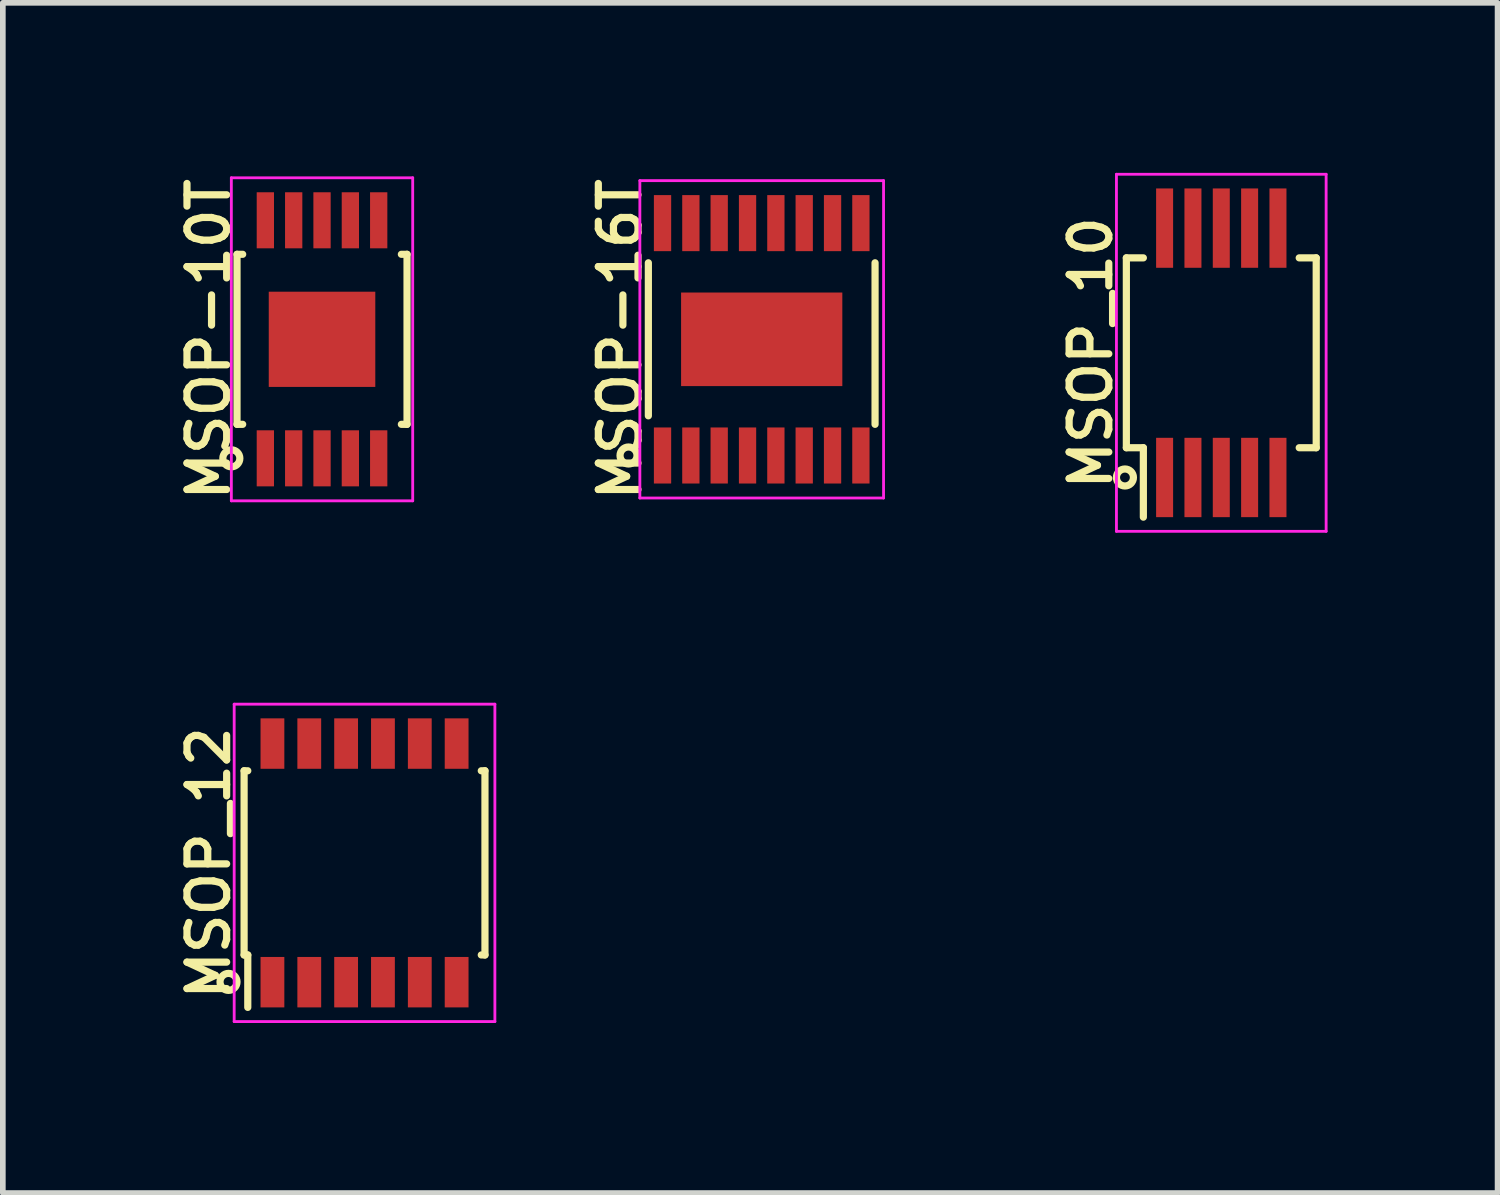
<source format=kicad_pcb>
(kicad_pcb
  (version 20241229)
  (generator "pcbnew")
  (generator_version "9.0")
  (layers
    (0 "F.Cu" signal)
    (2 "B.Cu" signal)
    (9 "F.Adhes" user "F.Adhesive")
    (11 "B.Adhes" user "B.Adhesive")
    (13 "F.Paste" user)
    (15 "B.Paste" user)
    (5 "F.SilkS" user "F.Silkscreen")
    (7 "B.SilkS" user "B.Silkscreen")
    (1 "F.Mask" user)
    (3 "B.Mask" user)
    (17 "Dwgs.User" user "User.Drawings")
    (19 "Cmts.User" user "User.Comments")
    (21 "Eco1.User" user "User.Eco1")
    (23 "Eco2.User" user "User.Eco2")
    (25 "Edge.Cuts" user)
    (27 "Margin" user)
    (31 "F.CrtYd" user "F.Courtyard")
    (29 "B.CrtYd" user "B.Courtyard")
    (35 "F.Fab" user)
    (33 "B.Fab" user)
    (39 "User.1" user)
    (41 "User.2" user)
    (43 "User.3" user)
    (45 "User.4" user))
  (footprint "MSOP_12"
    (layer "F.Cu")
    (at 3.382 12.175)
    (property "Reference" "MSOP_12" (at -2.75 0.001 90) (layer "F.SilkS") (effects (font (size 0.7 0.7) (thickness 0.127))))
    (attr smd)
    (fp_line (start -2.125 -1.625) (end -2.06 -1.625) (stroke (width 0.127) (type solid)) (layer "F.SilkS"))
    (fp_line (start -2.125 1.625) (end -2.125 -1.625) (stroke (width 0.127) (type solid)) (layer "F.SilkS"))
    (fp_line (start -2.125 1.625) (end -2.06 1.625) (stroke (width 0.127) (type solid)) (layer "F.SilkS"))
    (fp_line (start -2.06 1.625) (end -2.06 2.55) (stroke (width 0.127) (type solid)) (layer "F.SilkS"))
    (fp_line (start 2.125 -1.625) (end 2.06 -1.625) (stroke (width 0.127) (type solid)) (layer "F.SilkS"))
    (fp_line (start 2.125 1.625) (end 2.06 1.625) (stroke (width 0.127) (type solid)) (layer "F.SilkS"))
    (fp_line (start 2.125 1.625) (end 2.125 -1.625) (stroke (width 0.127) (type solid)) (layer "F.SilkS"))
    (fp_circle (center -2.4 2.1) (end -2.25 2.1) (stroke (width 0.127) (type solid)) (fill no) (layer "F.SilkS"))
    (fp_line (start -2.3 -2.8) (end 2.3 -2.8) (stroke (width 0.05) (type solid)) (layer "F.CrtYd"))
    (fp_line (start -2.3 2.8) (end -2.3 -2.8) (stroke (width 0.05) (type solid)) (layer "F.CrtYd"))
    (fp_line (start -2.3 2.8) (end 2.3 2.8) (stroke (width 0.05) (type solid)) (layer "F.CrtYd"))
    (fp_line (start 2.3 2.8) (end 2.3 -2.8) (stroke (width 0.05) (type solid)) (layer "F.CrtYd"))
    (pad "1" smd rect (at -1.625 2.105 90) (size 0.89 0.42) (layers "F.Cu" "F.Mask" "F.Paste"))
    (pad "2" smd rect (at -0.975 2.105 90) (size 0.89 0.42) (layers "F.Cu" "F.Mask" "F.Paste"))
    (pad "3" smd rect (at -0.325 2.105 90) (size 0.89 0.42) (layers "F.Cu" "F.Mask" "F.Paste"))
    (pad "4" smd rect (at 0.325 2.105 90) (size 0.89 0.42) (layers "F.Cu" "F.Mask" "F.Paste"))
    (pad "5" smd rect (at 0.975 2.105 90) (size 0.89 0.42) (layers "F.Cu" "F.Mask" "F.Paste"))
    (pad "6" smd rect (at 1.625 2.105 90) (size 0.89 0.42) (layers "F.Cu" "F.Mask" "F.Paste"))
    (pad "7" smd rect (at 1.625 -2.105 90) (size 0.89 0.42) (layers "F.Cu" "F.Mask" "F.Paste"))
    (pad "8" smd rect (at 0.975 -2.105 90) (size 0.89 0.42) (layers "F.Cu" "F.Mask" "F.Paste"))
    (pad "9" smd rect (at 0.325 -2.105 90) (size 0.89 0.42) (layers "F.Cu" "F.Mask" "F.Paste"))
    (pad "10" smd rect (at -0.325 -2.105 90) (size 0.89 0.42) (layers "F.Cu" "F.Mask" "F.Paste"))
    (pad "11" smd rect (at -0.975 -2.105 90) (size 0.89 0.42) (layers "F.Cu" "F.Mask" "F.Paste"))
    (pad "12" smd rect (at -1.625 -2.105 90) (size 0.89 0.42) (layers "F.Cu" "F.Mask" "F.Paste")))
  (footprint "MSOP-16T"
    (layer "F.Cu")
    (at 10.39 2.937)
    (property "Reference" "MSOP-16T" (at -2.5 0 90) (layer "F.SilkS") (effects (font (size 0.7 0.7) (thickness 0.127))))
    (attr through_hole)
    (fp_line (start -2 1.35) (end -2 -1.35) (stroke (width 0.127) (type solid)) (layer "F.SilkS"))
    (fp_line (start 2 -1.35) (end 2 1.5) (stroke (width 0.127) (type solid)) (layer "F.SilkS"))
    (fp_circle (center -2.35 2.05) (end -2.2 2.05) (stroke (width 0.127) (type solid)) (fill no) (layer "F.SilkS"))
    (fp_line (start -2.15 -2.8) (end 2.15 -2.8) (stroke (width 0.05) (type solid)) (layer "F.CrtYd"))
    (fp_line (start -2.15 2.8) (end -2.15 -2.8) (stroke (width 0.05) (type solid)) (layer "F.CrtYd"))
    (fp_line (start 2.15 -2.8) (end 2.15 2.8) (stroke (width 0.05) (type solid)) (layer "F.CrtYd"))
    (fp_line (start 2.15 2.8) (end -2.15 2.8) (stroke (width 0.05) (type solid)) (layer "F.CrtYd"))
    (pad "1" smd rect (at -1.75 2.05) (size 0.305 0.989) (layers "F.Cu" "F.Mask" "F.Paste"))
    (pad "2" smd rect (at -1.25 2.05) (size 0.305 0.989) (layers "F.Cu" "F.Mask" "F.Paste"))
    (pad "3" smd rect (at -0.75 2.05) (size 0.305 0.989) (layers "F.Cu" "F.Mask" "F.Paste"))
    (pad "4" smd rect (at -0.25 2.05) (size 0.305 0.989) (layers "F.Cu" "F.Mask" "F.Paste"))
    (pad "5" smd rect (at 0.25 2.05) (size 0.305 0.989) (layers "F.Cu" "F.Mask" "F.Paste"))
    (pad "6" smd rect (at 0.75 2.05) (size 0.305 0.989) (layers "F.Cu" "F.Mask" "F.Paste"))
    (pad "7" smd rect (at 1.25 2.05) (size 0.305 0.989) (layers "F.Cu" "F.Mask" "F.Paste"))
    (pad "8" smd rect (at 1.75 2.05) (size 0.305 0.989) (layers "F.Cu" "F.Mask" "F.Paste"))
    (pad "9" smd rect (at 1.75 -2.05) (size 0.305 0.989) (layers "F.Cu" "F.Mask" "F.Paste"))
    (pad "10" smd rect (at 1.25 -2.05) (size 0.305 0.989) (layers "F.Cu" "F.Mask" "F.Paste"))
    (pad "11" smd rect (at 0.75 -2.05) (size 0.305 0.989) (layers "F.Cu" "F.Mask" "F.Paste"))
    (pad "12" smd rect (at 0.25 -2.05) (size 0.305 0.989) (layers "F.Cu" "F.Mask" "F.Paste"))
    (pad "13" smd rect (at -0.25 -2.05) (size 0.305 0.989) (layers "F.Cu" "F.Mask" "F.Paste"))
    (pad "14" smd rect (at -0.75 -2.05) (size 0.305 0.989) (layers "F.Cu" "F.Mask" "F.Paste"))
    (pad "15" smd rect (at -1.25 -2.05) (size 0.305 0.989) (layers "F.Cu" "F.Mask" "F.Paste"))
    (pad "16" smd rect (at -1.75 -2.05) (size 0.305 0.989) (layers "F.Cu" "F.Mask" "F.Paste"))
    (pad "17" smd rect (at 0 0) (size 2.845 1.651) (layers "F.Cu" "F.Mask" "F.Paste")))
  (footprint "MSOP-10T"
    (layer "F.Cu")
    (at 2.632 2.937)
    (property "Reference" "MSOP-10T" (at -2 0 90) (layer "F.SilkS") (effects (font (size 0.7 0.7) (thickness 0.127))))
    (attr through_hole)
    (fp_line (start -1.5 -1.5) (end -1.4 -1.5) (stroke (width 0.127) (type solid)) (layer "F.SilkS"))
    (fp_line (start -1.5 1.5) (end -1.5 -1.5) (stroke (width 0.127) (type solid)) (layer "F.SilkS"))
    (fp_line (start -1.5 1.5) (end -1.4 1.5) (stroke (width 0.127) (type solid)) (layer "F.SilkS"))
    (fp_line (start 1.5 -1.5) (end 1.4 -1.5) (stroke (width 0.127) (type solid)) (layer "F.SilkS"))
    (fp_line (start 1.5 -1.5) (end 1.5 1.5) (stroke (width 0.127) (type solid)) (layer "F.SilkS"))
    (fp_line (start 1.5 1.5) (end 1.4 1.5) (stroke (width 0.127) (type solid)) (layer "F.SilkS"))
    (fp_circle (center -1.6 2.1) (end -1.45 2.1) (stroke (width 0.127) (type solid)) (fill no) (layer "F.SilkS"))
    (fp_line (start -1.6 -2.85) (end -1.6 2.85) (stroke (width 0.05) (type solid)) (layer "F.CrtYd"))
    (fp_line (start -1.6 2.85) (end 1.6 2.85) (stroke (width 0.05) (type solid)) (layer "F.CrtYd"))
    (fp_line (start 1.6 -2.85) (end -1.6 -2.85) (stroke (width 0.05) (type solid)) (layer "F.CrtYd"))
    (fp_line (start 1.6 2.85) (end 1.6 -2.85) (stroke (width 0.05) (type solid)) (layer "F.CrtYd"))
    (pad "1" smd rect (at -1 2.1) (size 0.305 0.989) (layers "F.Cu" "F.Mask" "F.Paste"))
    (pad "2" smd rect (at -0.5 2.1) (size 0.305 0.989) (layers "F.Cu" "F.Mask" "F.Paste"))
    (pad "3" smd rect (at 0 2.1) (size 0.305 0.989) (layers "F.Cu" "F.Mask" "F.Paste"))
    (pad "4" smd rect (at 0.5 2.1) (size 0.305 0.989) (layers "F.Cu" "F.Mask" "F.Paste"))
    (pad "5" smd rect (at 1 2.1) (size 0.305 0.989) (layers "F.Cu" "F.Mask" "F.Paste"))
    (pad "6" smd rect (at 1 -2.1) (size 0.305 0.989) (layers "F.Cu" "F.Mask" "F.Paste"))
    (pad "7" smd rect (at 0.5 -2.1) (size 0.305 0.989) (layers "F.Cu" "F.Mask" "F.Paste"))
    (pad "8" smd rect (at 0 -2.1) (size 0.305 0.989) (layers "F.Cu" "F.Mask" "F.Paste"))
    (pad "9" smd rect (at -0.5 -2.1) (size 0.305 0.989) (layers "F.Cu" "F.Mask" "F.Paste"))
    (pad "10" smd rect (at -1 -2.1) (size 0.305 0.989) (layers "F.Cu" "F.Mask" "F.Paste"))
    (pad "11" smd rect (at 0 0) (size 1.88 1.68) (layers "F.Cu" "F.Mask" "F.Paste")))
  (footprint "MSOP_10"
    (layer "F.Cu")
    (at 18.499 3.175)
    (property "Reference" "MSOP_10" (at -2.302 0.001 90) (layer "F.SilkS") (effects (font (size 0.7 0.7) (thickness 0.127))))
    (attr smd)
    (fp_line (start -1.675 -1.675) (end -1.375 -1.675) (stroke (width 0.127) (type solid)) (layer "F.SilkS"))
    (fp_line (start -1.675 1.675) (end -1.675 -1.675) (stroke (width 0.127) (type solid)) (layer "F.SilkS"))
    (fp_line (start -1.675 1.675) (end -1.375 1.675) (stroke (width 0.127) (type solid)) (layer "F.SilkS"))
    (fp_line (start -1.375 1.675) (end -1.375 2.9) (stroke (width 0.127) (type solid)) (layer "F.SilkS"))
    (fp_line (start 1.675 -1.675) (end 1.375 -1.675) (stroke (width 0.127) (type solid)) (layer "F.SilkS"))
    (fp_line (start 1.675 1.675) (end 1.375 1.675) (stroke (width 0.127) (type solid)) (layer "F.SilkS"))
    (fp_line (start 1.675 1.675) (end 1.675 -1.675) (stroke (width 0.127) (type solid)) (layer "F.SilkS"))
    (fp_circle (center -1.7 2.2) (end -1.55 2.2) (stroke (width 0.127) (type solid)) (fill no) (layer "F.SilkS"))
    (fp_line (start -1.85 -3.15) (end 1.85 -3.15) (stroke (width 0.05) (type solid)) (layer "F.CrtYd"))
    (fp_line (start -1.85 3.15) (end -1.85 -3.15) (stroke (width 0.05) (type solid)) (layer "F.CrtYd"))
    (fp_line (start -1.85 3.15) (end 1.85 3.15) (stroke (width 0.05) (type solid)) (layer "F.CrtYd"))
    (fp_line (start 1.85 3.15) (end 1.85 -3.15) (stroke (width 0.05) (type solid)) (layer "F.CrtYd"))
    (pad "1" smd rect (at -1 2.2 90) (size 1.4 0.3) (layers "F.Cu" "F.Mask" "F.Paste"))
    (pad "2" smd rect (at -0.5 2.2 90) (size 1.4 0.3) (layers "F.Cu" "F.Mask" "F.Paste"))
    (pad "3" smd rect (at 0 2.2 90) (size 1.4 0.3) (layers "F.Cu" "F.Mask" "F.Paste"))
    (pad "4" smd rect (at 0.5 2.2 90) (size 1.4 0.3) (layers "F.Cu" "F.Mask" "F.Paste"))
    (pad "5" smd rect (at 1 2.2 90) (size 1.4 0.3) (layers "F.Cu" "F.Mask" "F.Paste"))
    (pad "6" smd rect (at 1 -2.2 90) (size 1.4 0.3) (layers "F.Cu" "F.Mask" "F.Paste"))
    (pad "7" smd rect (at 0.5 -2.2 90) (size 1.4 0.3) (layers "F.Cu" "F.Mask" "F.Paste"))
    (pad "8" smd rect (at 0 -2.2 90) (size 1.4 0.3) (layers "F.Cu" "F.Mask" "F.Paste"))
    (pad "9" smd rect (at -0.5 -2.2 90) (size 1.4 0.3) (layers "F.Cu" "F.Mask" "F.Paste"))
    (pad "10" smd rect (at -1 -2.2 90) (size 1.4 0.3) (layers "F.Cu" "F.Mask" "F.Paste")))
  (gr_rect
    (start -3 -3)
    (end 23.374 18)
    (stroke (width 0.1) (type default))
    (fill no)
    (layer "Edge.Cuts")))
</source>
